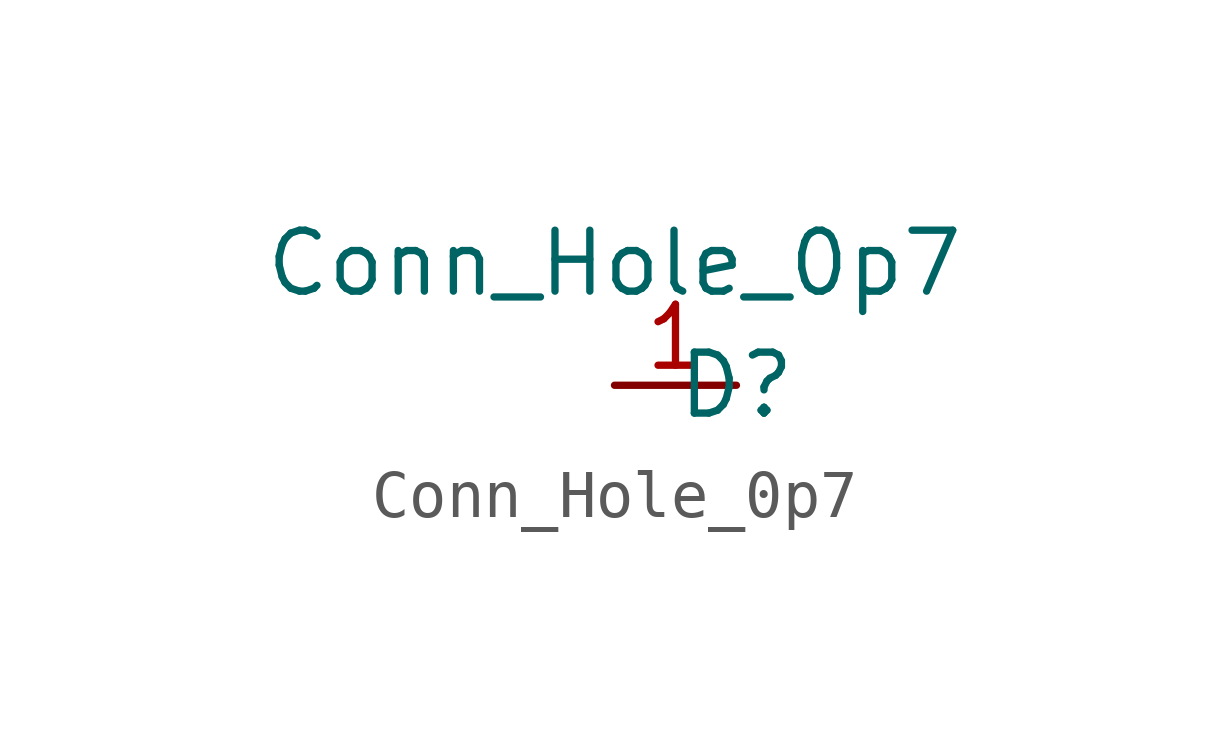
<source format=kicad_sym>
(kicad_symbol_lib
  (version 20211014)
  (generator kicad_symbol_editor)
  (symbol "Conn_Hole_0p7"
    (property "Reference" "D"
      (at 0 0 0)
      (effects (font (size 1.27 1.27))))
    (property "Value" "Conn_Hole_0p7"
      (at -2.54 2.54 0)
      (effects (font (size 1.27 1.27))))
    (symbol "Conn_Hole_0p7_1_1"
      (pin input line (at -2.54 0 0) (length 2.54) (name "" (effects (font (size 1.27 1.27)))) (number "1" (effects (font (size 1.27 1.27))))))))
</source>
